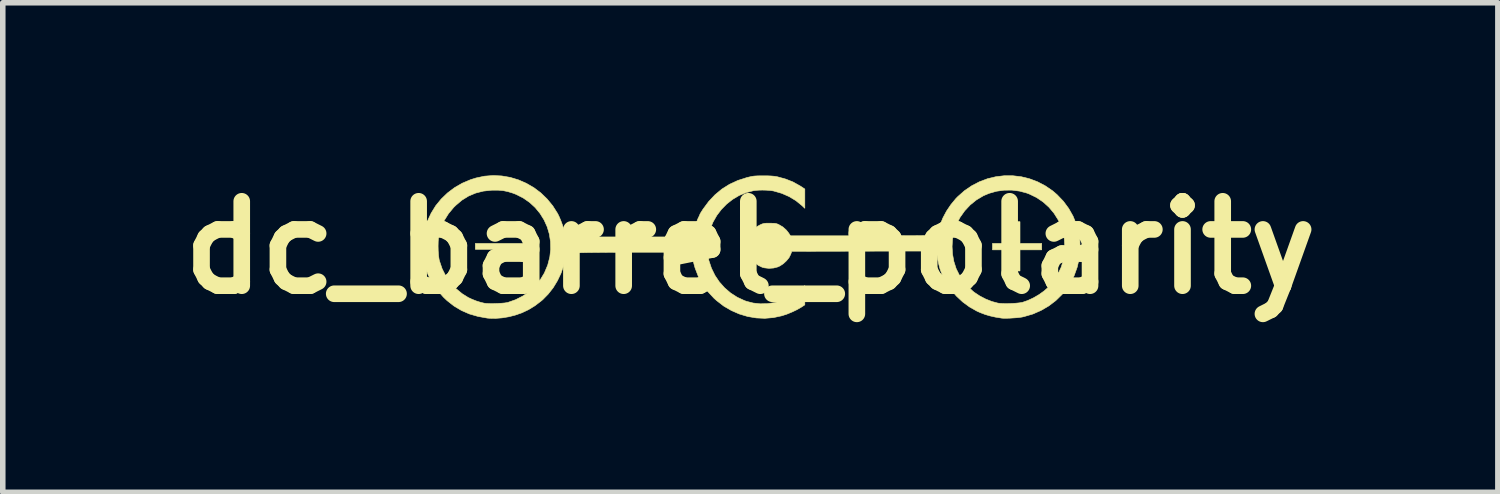
<source format=kicad_pcb>
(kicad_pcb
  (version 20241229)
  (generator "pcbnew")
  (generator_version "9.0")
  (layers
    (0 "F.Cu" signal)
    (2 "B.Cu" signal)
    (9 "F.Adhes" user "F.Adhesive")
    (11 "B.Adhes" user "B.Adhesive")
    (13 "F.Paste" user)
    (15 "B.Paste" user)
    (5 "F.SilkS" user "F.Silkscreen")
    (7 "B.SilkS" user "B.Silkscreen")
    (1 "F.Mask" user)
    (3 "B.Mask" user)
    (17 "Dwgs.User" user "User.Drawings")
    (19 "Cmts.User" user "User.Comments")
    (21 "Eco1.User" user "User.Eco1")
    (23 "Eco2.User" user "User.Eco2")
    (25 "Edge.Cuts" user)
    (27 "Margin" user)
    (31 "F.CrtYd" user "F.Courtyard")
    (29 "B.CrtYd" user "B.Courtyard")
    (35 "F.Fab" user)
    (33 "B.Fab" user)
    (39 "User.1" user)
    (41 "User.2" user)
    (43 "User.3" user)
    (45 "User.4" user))
  (footprint "dc_barrel_polarity"
    (layer "F.Cu")
    (at 10.494 1.418)
    (property "Reference" "dc_barrel_polarity" (at 0 0 0) (layer "F.SilkS") (effects (font (size 1.524 1.524) (thickness 0.3))))
    (attr through_hole)
    (fp_poly (pts (xy -4.085 0.032) (xy -4.964 0.032) (xy -4.964 -0.074) (xy -4.085 -0.074) (xy -4.085 0.032)) (stroke (width 0.01) (type solid)) (fill yes) (layer "F.SilkS"))
    (fp_poly (pts (xy 4.868 -0.074) (xy 5.26 -0.074) (xy 5.26 0.042) (xy 4.868 0.042) (xy 4.868 0.423) (xy 4.763 0.423) (xy 4.763 0.042) (xy 4.371 0.042) (xy 4.371 -0.074) (xy 4.763 -0.074) (xy 4.763 -0.466) (xy 4.868 -0.466) (xy 4.868 -0.074)) (stroke (width 0.01) (type solid)) (fill yes) (layer "F.SilkS"))
    (fp_poly (pts (xy 4.737 -1.296) (xy 4.89 -1.278) (xy 5.04 -1.241) (xy 5.186 -1.186) (xy 5.325 -1.113) (xy 5.458 -1.022) (xy 5.537 -0.954) (xy 5.651 -0.835) (xy 5.747 -0.705) (xy 5.825 -0.567) (xy 5.885 -0.421) (xy 5.926 -0.271) (xy 5.949 -0.116) (xy 5.953 0.04) (xy 5.937 0.197) (xy 5.901 0.353) (xy 5.846 0.506) (xy 5.809 0.582) (xy 5.727 0.72) (xy 5.628 0.846) (xy 5.514 0.958) (xy 5.386 1.055) (xy 5.247 1.136) (xy 5.098 1.201) (xy 4.94 1.247) (xy 4.905 1.255) (xy 4.865 1.261) (xy 4.812 1.267) (xy 4.751 1.271) (xy 4.687 1.275) (xy 4.627 1.277) (xy 4.576 1.277) (xy 4.54 1.275) (xy 4.535 1.274) (xy 4.423 1.256) (xy 4.325 1.234) (xy 4.237 1.208) (xy 4.153 1.176) (xy 4.09 1.148) (xy 3.957 1.073) (xy 3.833 0.982) (xy 3.719 0.875) (xy 3.618 0.757) (xy 3.532 0.628) (xy 3.463 0.492) (xy 3.425 0.39) (xy 3.411 0.339) (xy 3.397 0.281) (xy 3.384 0.22) (xy 3.374 0.163) (xy 3.367 0.116) (xy 3.365 0.089) (xy 3.365 0.063) (xy 2.057 0.066) (xy 0.749 0.069) (xy 0.727 0.127) (xy 0.698 0.184) (xy 0.652 0.24) (xy 0.597 0.291) (xy 0.537 0.331) (xy 0.497 0.35) (xy 0.42 0.37) (xy 0.336 0.376) (xy 0.255 0.367) (xy 0.214 0.356) (xy 0.144 0.322) (xy 0.079 0.273) (xy 0.022 0.213) (xy -0.022 0.146) (xy -0.045 0.092) (xy -0.055 0.037) (xy -0.058 -0.018) (xy 3.642 -0.018) (xy 3.65 0.119) (xy 3.674 0.252) (xy 3.714 0.377) (xy 3.719 0.389) (xy 3.774 0.499) (xy 3.846 0.606) (xy 3.929 0.705) (xy 4.019 0.79) (xy 4.043 0.809) (xy 4.141 0.874) (xy 4.248 0.93) (xy 4.359 0.974) (xy 4.467 1.003) (xy 4.478 1.005) (xy 4.524 1.01) (xy 4.584 1.012) (xy 4.653 1.012) (xy 4.725 1.01) (xy 4.794 1.005) (xy 4.856 0.999) (xy 4.903 0.991) (xy 4.911 0.99) (xy 5.009 0.956) (xy 5.112 0.908) (xy 5.213 0.849) (xy 5.306 0.782) (xy 5.385 0.711) (xy 5.386 0.71) (xy 5.476 0.602) (xy 5.552 0.482) (xy 5.612 0.354) (xy 5.653 0.22) (xy 5.658 0.198) (xy 5.668 0.124) (xy 5.674 0.039) (xy 5.674 -0.052) (xy 5.669 -0.138) (xy 5.66 -0.214) (xy 5.657 -0.224) (xy 5.617 -0.364) (xy 5.559 -0.496) (xy 5.483 -0.617) (xy 5.392 -0.726) (xy 5.287 -0.821) (xy 5.168 -0.902) (xy 5.038 -0.965) (xy 4.994 -0.982) (xy 4.861 -1.018) (xy 4.723 -1.036) (xy 4.582 -1.035) (xy 4.444 -1.016) (xy 4.31 -0.978) (xy 4.208 -0.935) (xy 4.082 -0.86) (xy 3.969 -0.769) (xy 3.87 -0.663) (xy 3.785 -0.543) (xy 3.718 -0.412) (xy 3.716 -0.407) (xy 3.675 -0.285) (xy 3.65 -0.154) (xy 3.642 -0.018) (xy -0.058 -0.018) (xy -0.058 -0.028) (xy -0.054 -0.096) (xy -0.044 -0.157) (xy -0.034 -0.191) (xy 0.003 -0.26) (xy 0.056 -0.323) (xy 0.12 -0.377) (xy 0.167 -0.404) (xy 0.2 -0.42) (xy 0.228 -0.43) (xy 0.256 -0.436) (xy 0.291 -0.439) (xy 0.34 -0.439) (xy 0.349 -0.439) (xy 0.404 -0.438) (xy 0.443 -0.436) (xy 0.474 -0.43) (xy 0.502 -0.42) (xy 0.512 -0.415) (xy 0.586 -0.372) (xy 0.65 -0.315) (xy 0.691 -0.263) (xy 0.725 -0.212) (xy 1.959 -0.212) (xy 2.121 -0.212) (xy 2.278 -0.212) (xy 2.429 -0.212) (xy 2.573 -0.213) (xy 2.708 -0.213) (xy 2.832 -0.214) (xy 2.945 -0.214) (xy 3.044 -0.215) (xy 3.129 -0.216) (xy 3.198 -0.216) (xy 3.248 -0.217) (xy 3.28 -0.218) (xy 3.288 -0.218) (xy 3.382 -0.225) (xy 3.395 -0.294) (xy 3.427 -0.413) (xy 3.477 -0.536) (xy 3.542 -0.658) (xy 3.621 -0.775) (xy 3.71 -0.883) (xy 3.742 -0.916) (xy 3.865 -1.025) (xy 3.997 -1.115) (xy 4.136 -1.187) (xy 4.282 -1.242) (xy 4.432 -1.278) (xy 4.584 -1.296) (xy 4.737 -1.296)) (stroke (width 0.01) (type solid)) (fill yes) (layer "F.SilkS"))
    (fp_poly (pts (xy -4.486 -1.292) (xy -4.334 -1.266) (xy -4.185 -1.221) (xy -4.043 -1.159) (xy -3.908 -1.081) (xy -3.783 -0.987) (xy -3.669 -0.877) (xy -3.567 -0.753) (xy -3.48 -0.616) (xy -3.473 -0.603) (xy -3.447 -0.549) (xy -3.42 -0.484) (xy -3.394 -0.414) (xy -3.372 -0.345) (xy -3.356 -0.284) (xy -3.349 -0.244) (xy -3.342 -0.191) (xy -1.037 -0.191) (xy -1.037 -0.215) (xy -1.034 -0.242) (xy -1.024 -0.284) (xy -1.01 -0.335) (xy -0.993 -0.391) (xy -0.975 -0.445) (xy -0.957 -0.493) (xy -0.943 -0.527) (xy -0.926 -0.561) (xy -0.915 -0.586) (xy -0.91 -0.599) (xy -0.91 -0.599) (xy -0.905 -0.61) (xy -0.89 -0.635) (xy -0.869 -0.668) (xy -0.854 -0.692) (xy -0.751 -0.831) (xy -0.638 -0.951) (xy -0.513 -1.055) (xy -0.376 -1.141) (xy -0.227 -1.21) (xy -0.065 -1.262) (xy -0.016 -1.274) (xy 0.025 -1.283) (xy 0.063 -1.289) (xy 0.105 -1.292) (xy 0.156 -1.294) (xy 0.222 -1.294) (xy 0.233 -1.294) (xy 0.315 -1.294) (xy 0.381 -1.291) (xy 0.435 -1.286) (xy 0.483 -1.278) (xy 0.492 -1.276) (xy 0.638 -1.236) (xy 0.771 -1.183) (xy 0.895 -1.114) (xy 0.913 -1.103) (xy 0.984 -1.056) (xy 0.984 -0.708) (xy 0.931 -0.758) (xy 0.823 -0.846) (xy 0.702 -0.919) (xy 0.568 -0.978) (xy 0.426 -1.019) (xy 0.413 -1.022) (xy 0.358 -1.03) (xy 0.29 -1.035) (xy 0.217 -1.037) (xy 0.144 -1.035) (xy 0.081 -1.029) (xy 0.058 -1.026) (xy -0.077 -0.991) (xy -0.203 -0.939) (xy -0.32 -0.869) (xy -0.427 -0.785) (xy -0.523 -0.687) (xy -0.605 -0.579) (xy -0.673 -0.46) (xy -0.725 -0.334) (xy -0.761 -0.202) (xy -0.778 -0.066) (xy -0.776 0.073) (xy -0.774 0.092) (xy -0.748 0.236) (xy -0.702 0.373) (xy -0.639 0.502) (xy -0.56 0.62) (xy -0.465 0.727) (xy -0.357 0.82) (xy -0.236 0.898) (xy -0.104 0.959) (xy -0.067 0.972) (xy 0.051 1.002) (xy 0.178 1.016) (xy 0.308 1.013) (xy 0.437 0.995) (xy 0.559 0.96) (xy 0.569 0.957) (xy 0.673 0.911) (xy 0.776 0.853) (xy 0.872 0.786) (xy 0.936 0.732) (xy 0.984 0.687) (xy 0.984 1.035) (xy 0.917 1.079) (xy 0.844 1.121) (xy 0.758 1.162) (xy 0.666 1.2) (xy 0.576 1.23) (xy 0.57 1.232) (xy 0.417 1.265) (xy 0.262 1.278) (xy 0.107 1.271) (xy -0.047 1.245) (xy -0.198 1.2) (xy -0.342 1.137) (xy -0.48 1.057) (xy -0.608 0.958) (xy -0.655 0.916) (xy -0.768 0.794) (xy -0.863 0.661) (xy -0.94 0.519) (xy -0.998 0.368) (xy -1.016 0.303) (xy -1.029 0.249) (xy -1.039 0.199) (xy -1.046 0.156) (xy -1.048 0.131) (xy -1.048 0.085) (xy -1.856 0.085) (xy -1.995 0.085) (xy -2.137 0.085) (xy -2.277 0.085) (xy -2.414 0.086) (xy -2.545 0.087) (xy -2.667 0.088) (xy -2.777 0.089) (xy -2.874 0.09) (xy -2.953 0.091) (xy -2.997 0.092) (xy -3.33 0.099) (xy -3.342 0.191) (xy -3.37 0.327) (xy -3.417 0.464) (xy -3.481 0.598) (xy -3.558 0.725) (xy -3.648 0.84) (xy -3.747 0.941) (xy -3.773 0.963) (xy -3.888 1.051) (xy -4.004 1.122) (xy -4.125 1.179) (xy -4.246 1.221) (xy -4.361 1.25) (xy -4.481 1.27) (xy -4.599 1.279) (xy -4.709 1.277) (xy -4.747 1.274) (xy -4.915 1.244) (xy -5.071 1.199) (xy -5.215 1.136) (xy -5.349 1.056) (xy -5.474 0.958) (xy -5.54 0.895) (xy -5.652 0.768) (xy -5.745 0.633) (xy -5.817 0.491) (xy -5.87 0.342) (xy -5.903 0.185) (xy -5.916 0.021) (xy -5.916 -0.005) (xy -5.915 -0.025) (xy -5.636 -0.025) (xy -5.634 0.061) (xy -5.628 0.143) (xy -5.618 0.214) (xy -5.611 0.243) (xy -5.563 0.384) (xy -5.497 0.514) (xy -5.414 0.634) (xy -5.314 0.741) (xy -5.2 0.835) (xy -5.091 0.903) (xy -5.022 0.935) (xy -4.944 0.966) (xy -4.866 0.99) (xy -4.803 1.005) (xy -4.76 1.01) (xy -4.701 1.012) (xy -4.634 1.012) (xy -4.564 1.01) (xy -4.496 1.006) (xy -4.436 1.001) (xy -4.389 0.994) (xy -4.376 0.991) (xy -4.237 0.942) (xy -4.107 0.876) (xy -3.989 0.794) (xy -3.884 0.696) (xy -3.793 0.585) (xy -3.718 0.461) (xy -3.661 0.326) (xy -3.657 0.316) (xy -3.62 0.174) (xy -3.604 0.033) (xy -3.607 -0.106) (xy -3.628 -0.243) (xy -3.667 -0.374) (xy -3.723 -0.498) (xy -3.795 -0.614) (xy -3.882 -0.72) (xy -3.984 -0.814) (xy -4.099 -0.894) (xy -4.227 -0.959) (xy -4.287 -0.982) (xy -4.375 -1.009) (xy -4.461 -1.027) (xy -4.551 -1.035) (xy -4.653 -1.035) (xy -4.675 -1.034) (xy -4.821 -1.018) (xy -4.958 -0.983) (xy -5.086 -0.929) (xy -5.206 -0.855) (xy -5.317 -0.761) (xy -5.353 -0.726) (xy -5.448 -0.612) (xy -5.526 -0.487) (xy -5.585 -0.352) (xy -5.617 -0.247) (xy -5.628 -0.185) (xy -5.634 -0.109) (xy -5.636 -0.025) (xy -5.915 -0.025) (xy -5.906 -0.169) (xy -5.876 -0.328) (xy -5.828 -0.479) (xy -5.761 -0.621) (xy -5.679 -0.754) (xy -5.58 -0.875) (xy -5.467 -0.984) (xy -5.34 -1.08) (xy -5.2 -1.161) (xy -5.049 -1.225) (xy -4.953 -1.255) (xy -4.798 -1.288) (xy -4.641 -1.3) (xy -4.486 -1.292)) (stroke (width 0.01) (type solid)) (fill yes) (layer "F.SilkS")))
  (gr_rect
    (start -3 -3)
    (end 23.988 5.836)
    (stroke (width 0.1) (type default))
    (fill no)
    (layer "Edge.Cuts")))
</source>
